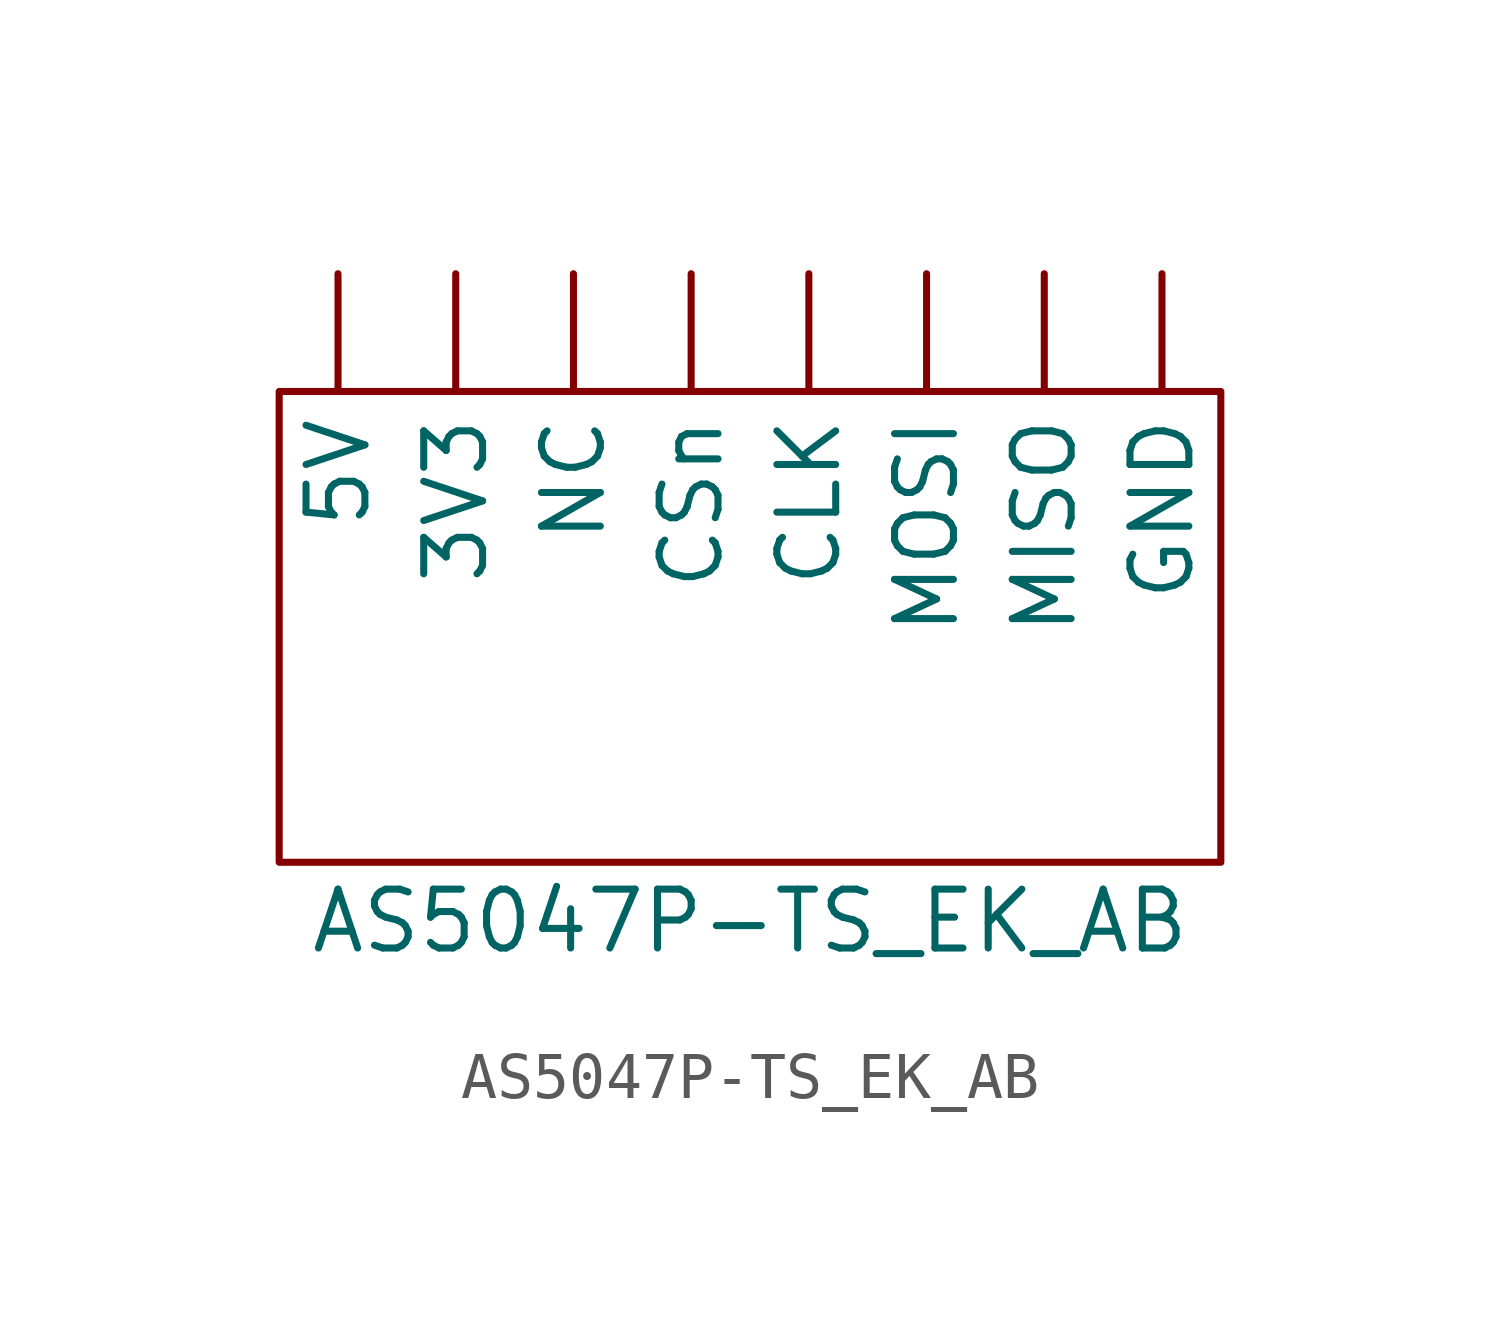
<source format=kicad_sym>
(kicad_symbol_lib
  (version 20211014)
  (generator kicad_symbol_editor)
  (symbol "AS5047P-TS_EK_AB"
    (property "Reference" "U"
      (at 0 0 0)
      (effects (font (size 1.27 1.27)) hide))
    (property "Value" "AS5047P-TS_EK_AB"
      (at 0 -11.43 0)
      (effects (font (size 1.27 1.27))))
    (symbol "AS5047P-TS_EK_AB_0_0"
      (rectangle (start -10.16 0) (end 10.16 -10.16) (stroke (width 0) (type default) (color 0 0 0 0)) (fill (type none))))
    (symbol "AS5047P-TS_EK_AB_1_1"
      (pin input line (at -6.35 2.54 270) (length 2.54) (name "3V3" (effects (font (size 1.27 1.27)))) (number "" (effects (font (size 1.27 1.27)))))
      (pin input line (at -8.89 2.54 270) (length 2.54) (name "5V" (effects (font (size 1.27 1.27)))) (number "" (effects (font (size 1.27 1.27)))))
      (pin input line (at 1.27 2.54 270) (length 2.54) (name "CLK" (effects (font (size 1.27 1.27)))) (number "" (effects (font (size 1.27 1.27)))))
      (pin input line (at -1.27 2.54 270) (length 2.54) (name "CSn" (effects (font (size 1.27 1.27)))) (number "" (effects (font (size 1.27 1.27)))))
      (pin input line (at 8.89 2.54 270) (length 2.54) (name "GND" (effects (font (size 1.27 1.27)))) (number "" (effects (font (size 1.27 1.27)))))
      (pin output line (at 6.35 2.54 270) (length 2.54) (name "MISO" (effects (font (size 1.27 1.27)))) (number "" (effects (font (size 1.27 1.27)))))
      (pin input line (at 3.81 2.54 270) (length 2.54) (name "MOSI" (effects (font (size 1.27 1.27)))) (number "" (effects (font (size 1.27 1.27)))))
      (pin input line (at -3.81 2.54 270) (length 2.54) (name "NC" (effects (font (size 1.27 1.27)))) (number "" (effects (font (size 1.27 1.27))))))))
</source>
